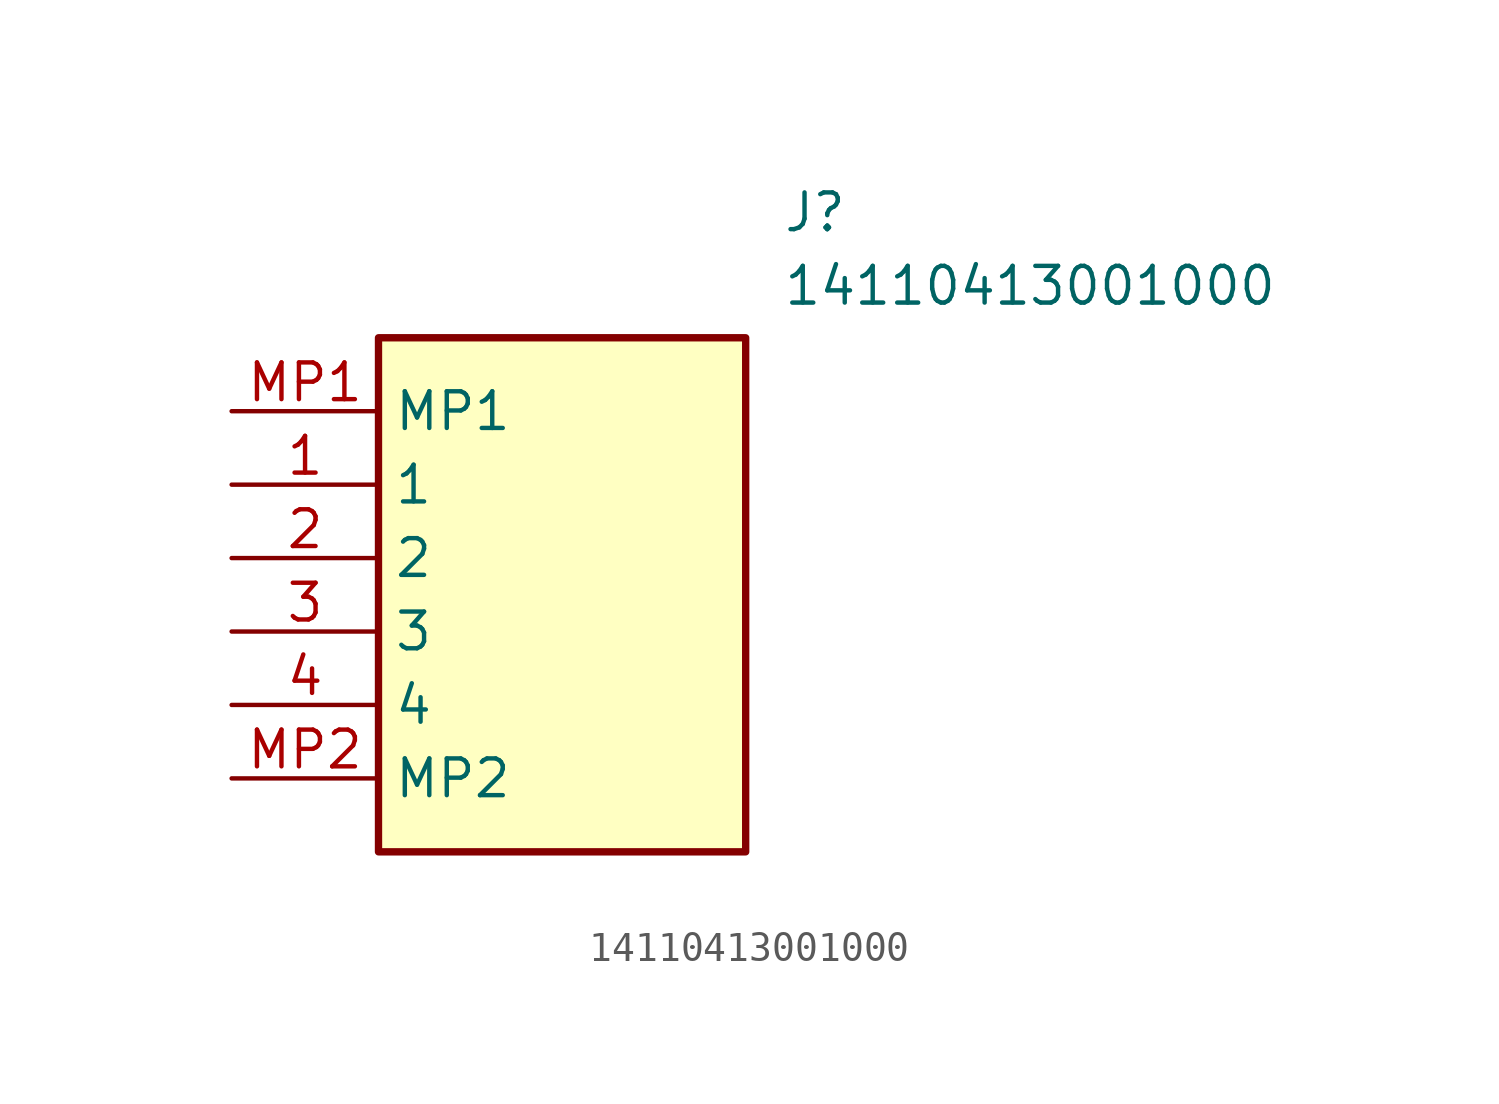
<source format=kicad_sym>
(kicad_symbol_lib
  (version 20211014)
  (generator SamacSys_ECAD_Model)
  (symbol "14110413001000"
    (property "Reference" "J"
      (at 19.05 7.62 0)
      (effects (font (size 1.27 1.27)) (justify left top)))
    (property "Value" "14110413001000"
      (at 19.05 5.08 0)
      (effects (font (size 1.27 1.27)) (justify left top)))
    (rectangle
      (start 5.08 2.54)
      (end 17.78 -15.24)
      (stroke (width 0.254) (type default))
      (fill (type background)))
    (pin passive line
      (at 0 -2.54 0)
      (length 5.08)
      (name "1" (effects (font (size 1.27 1.27))))
      (number "1" (effects (font (size 1.27 1.27)))))
    (pin passive line
      (at 0 -5.08 0)
      (length 5.08)
      (name "2" (effects (font (size 1.27 1.27))))
      (number "2" (effects (font (size 1.27 1.27)))))
    (pin passive line
      (at 0 -7.62 0)
      (length 5.08)
      (name "3" (effects (font (size 1.27 1.27))))
      (number "3" (effects (font (size 1.27 1.27)))))
    (pin passive line
      (at 0 -10.16 0)
      (length 5.08)
      (name "4" (effects (font (size 1.27 1.27))))
      (number "4" (effects (font (size 1.27 1.27)))))
    (pin passive line
      (at 0 0 0)
      (length 5.08)
      (name "MP1" (effects (font (size 1.27 1.27))))
      (number "MP1" (effects (font (size 1.27 1.27)))))
    (pin passive line
      (at 0 -12.7 0)
      (length 5.08)
      (name "MP2" (effects (font (size 1.27 1.27))))
      (number "MP2" (effects (font (size 1.27 1.27)))))))
</source>
